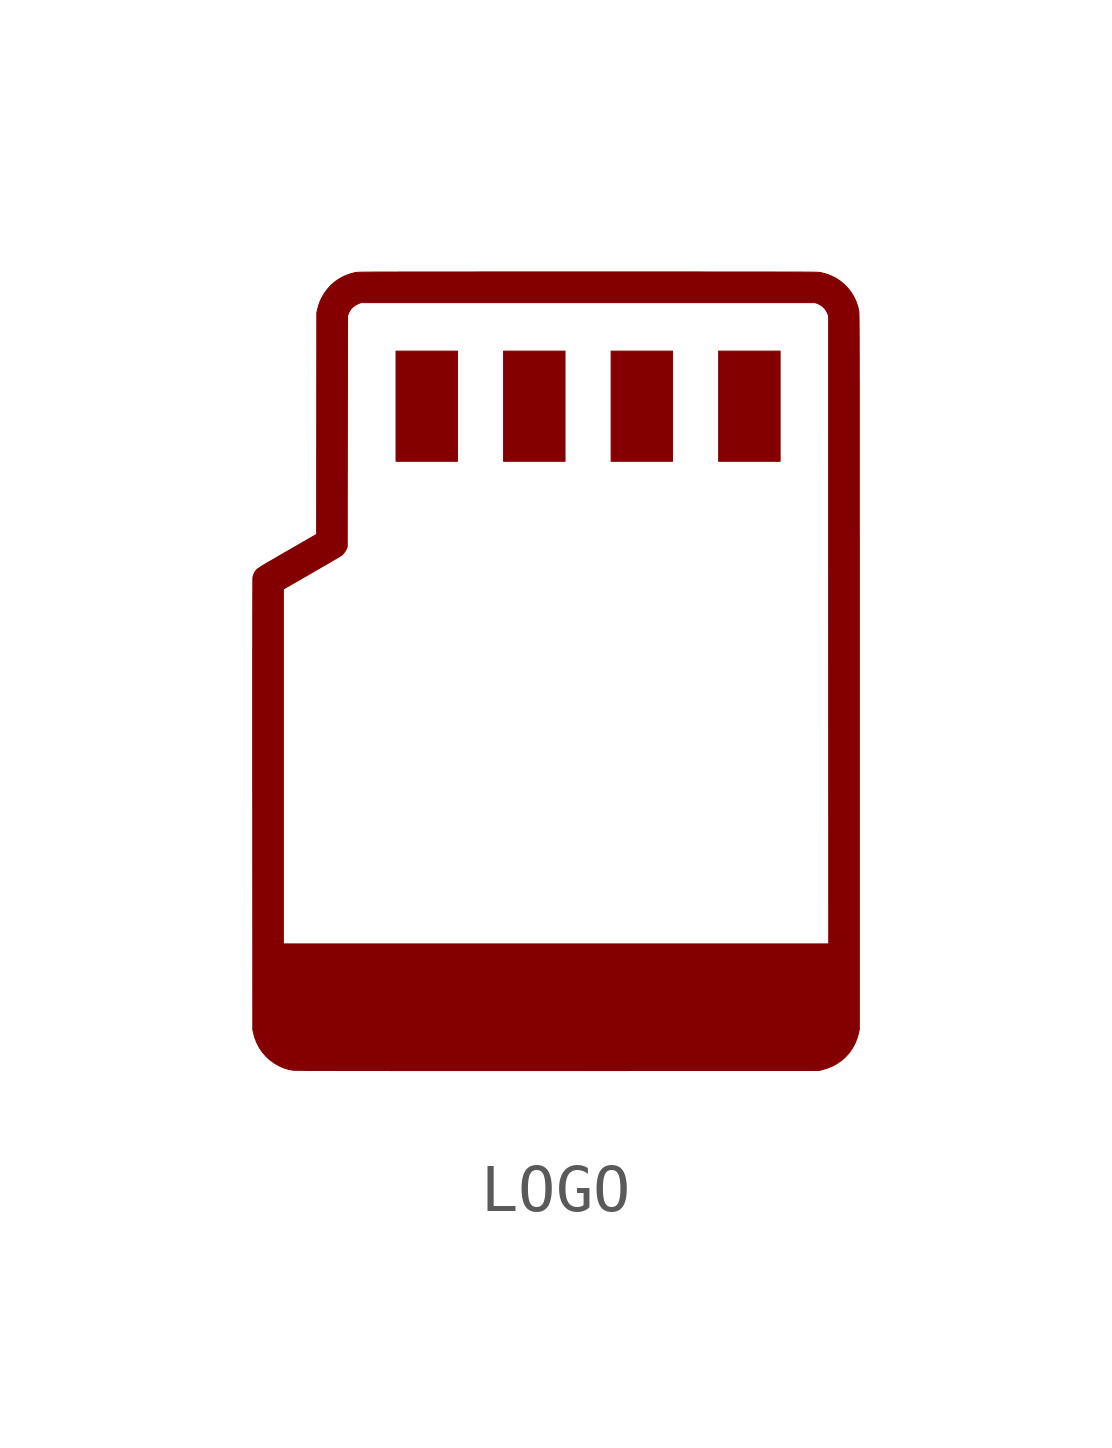
<source format=kicad_sym>
(kicad_symbol_lib
  (version 20220914)
  (generator "bitmap2component")
  (generator_version "8.0")
  (symbol "LOGO"
    (pin_names
      (offset 1.016))
    (property "Reference" "#G"
      (at 0 9.365 0)
      (effects (font (size 1.27 1.27)) hide))
    (symbol "LOGO_0_0"
      (polyline (pts (xy -1.237 -8.318) (xy -0.941 -8.318) (xy -0.633 -8.318) (xy -0.311 -8.318) (xy 0.023 -8.318) (xy 5.477 -8.316) (xy 5.538 -8.302) (xy 5.54 -8.301) (xy 5.654 -8.267) (xy 5.762 -8.223) (xy 5.861 -8.167) (xy 5.953 -8.102) (xy 6.036 -8.027) (xy 6.109 -7.944) (xy 6.173 -7.852) (xy 6.227 -7.752) (xy 6.27 -7.645) (xy 6.302 -7.531) (xy 6.317 -7.463) (xy 6.317 -0.01) (xy 6.317 0.135) (xy 6.317 0.51) (xy 6.317 0.872) (xy 6.317 1.22) (xy 6.317 1.557) (xy 6.317 1.881) (xy 6.317 2.193) (xy 6.317 2.493) (xy 6.317 2.781) (xy 6.316 3.058) (xy 6.316 3.324) (xy 6.316 3.579) (xy 6.316 3.823) (xy 6.316 4.057) (xy 6.316 4.281) (xy 6.316 4.494) (xy 6.316 4.698) (xy 6.316 4.893) (xy 6.316 5.078) (xy 6.316 5.253) (xy 6.316 5.421) (xy 6.316 5.579) (xy 6.316 5.729) (xy 6.316 5.871) (xy 6.316 6.005) (xy 6.315 6.132) (xy 6.315 6.251) (xy 6.315 6.362) (xy 6.315 6.467) (xy 6.315 6.565) (xy 6.314 6.657) (xy 6.314 6.742) (xy 6.314 6.821) (xy 6.314 6.894) (xy 6.314 6.962) (xy 6.313 7.025) (xy 6.313 7.082) (xy 6.313 7.134) (xy 6.312 7.182) (xy 6.312 7.226) (xy 6.312 7.265) (xy 6.311 7.3) (xy 6.311 7.331) (xy 6.311 7.359) (xy 6.31 7.384) (xy 6.31 7.406) (xy 6.309 7.425) (xy 6.309 7.441) (xy 6.309 7.455) (xy 6.308 7.466) (xy 6.308 7.476) (xy 6.307 7.485) (xy 6.306 7.492) (xy 6.306 7.497) (xy 6.305 7.502) (xy 6.305 7.506) (xy 6.304 7.51) (xy 6.286 7.59) (xy 6.25 7.697) (xy 6.203 7.798) (xy 6.145 7.893) (xy 6.078 7.979) (xy 6.001 8.058) (xy 5.916 8.128) (xy 5.823 8.188) (xy 5.723 8.238) (xy 5.617 8.277) (xy 5.505 8.305) (xy 5.502 8.306) (xy 5.497 8.306) (xy 5.49 8.307) (xy 5.483 8.308) (xy 5.473 8.308) (xy 5.462 8.309) (xy 5.448 8.309) (xy 5.432 8.31) (xy 5.413 8.31) (xy 5.39 8.311) (xy 5.364 8.312) (xy 5.335 8.312) (xy 5.301 8.312) (xy 5.263 8.313) (xy 5.22 8.313) (xy 5.173 8.313) (xy 5.12 8.314) (xy 5.061 8.314) (xy 4.997 8.314) (xy 4.927 8.315) (xy 4.851 8.315) (xy 4.767 8.315) (xy 4.677 8.315) (xy 4.58 8.315) (xy 4.475 8.316) (xy 4.362 8.316) (xy 4.241 8.316) (xy 4.112 8.316) (xy 3.974 8.316) (xy 3.827 8.316) (xy 3.671 8.316) (xy 3.505 8.316) (xy 3.329 8.316) (xy 3.143 8.316) (xy 2.947 8.317) (xy 2.74 8.317) (xy 2.522 8.317) (xy 2.293 8.317) (xy 2.052 8.317) (xy 1.799 8.317) (xy 1.534 8.317) (xy 1.257 8.317) (xy 0.967 8.317) (xy 0.663 8.317) (xy 0.489 8.317) (xy 0.194 8.317) (xy -0.089 8.317) (xy -0.359 8.317) (xy -0.617 8.317) (xy -0.862 8.317) (xy -1.096 8.317) (xy -1.319 8.317) (xy -1.53 8.317) (xy -1.731 8.316) (xy -1.921 8.316) (xy -2.1 8.316) (xy -2.27 8.316) (xy -2.43 8.316) (xy -2.581 8.316) (xy -2.722 8.316) (xy -2.855 8.316) (xy -2.979 8.316) (xy -3.095 8.316) (xy -3.204 8.316) (xy -3.304 8.315) (xy -3.397 8.315) (xy -3.483 8.315) (xy -3.562 8.315) (xy -3.635 8.315) (xy -3.702 8.314) (xy -3.763 8.314) (xy -3.818 8.314) (xy -3.867 8.313) (xy -3.912 8.313) (xy -3.952 8.313) (xy -3.987 8.312) (xy -4.019 8.312) (xy -4.046 8.311) (xy -4.07 8.311) (xy -4.091 8.31) (xy -4.109 8.31) (xy -4.123 8.309) (xy -4.136 8.309) (xy -4.146 8.308) (xy -4.155 8.307) (xy -4.162 8.307) (xy -4.168 8.306) (xy -4.172 8.305) (xy -4.176 8.305) (xy -4.189 8.302) (xy -4.303 8.271) (xy -4.411 8.229) (xy -4.511 8.176) (xy -4.604 8.113) (xy -4.689 8.039) (xy -4.764 7.956) (xy -4.83 7.864) (xy -4.887 7.763) (xy -4.92 7.69) (xy -4.947 7.612) (xy -4.969 7.527) (xy -4.983 7.463) (xy -4.985 5.157) (xy -4.987 2.85) (xy -5.019 2.833) (xy -5.027 2.828) (xy -5.048 2.816) (xy -5.077 2.799) (xy -5.112 2.779) (xy -5.152 2.756) (xy -5.193 2.732) (xy -5.21 2.722) (xy -5.247 2.701) (xy -5.293 2.675) (xy -5.347 2.643) (xy -5.407 2.608) (xy -5.473 2.571) (xy -5.543 2.53) (xy -5.616 2.488) (xy -5.69 2.446) (xy -5.763 2.403) (xy -5.795 2.385) (xy -5.877 2.337) (xy -5.948 2.296) (xy -6.01 2.26) (xy -6.062 2.229) (xy -6.107 2.202) (xy -6.144 2.179) (xy -6.175 2.158) (xy -6.2 2.141) (xy -6.221 2.125) (xy -6.237 2.111) (xy -6.25 2.097) (xy -6.261 2.084) (xy -6.269 2.071) (xy -6.277 2.057) (xy -6.285 2.042) (xy -6.295 2.019) (xy -6.306 1.99) (xy -6.313 1.965) (xy -6.313 1.96) (xy -6.314 1.946) (xy -6.314 1.923) (xy -6.315 1.89) (xy -6.315 1.847) (xy -6.316 1.795) (xy -6.316 1.733) (xy -6.316 1.71) (xy -5.68 1.71) (xy -5.592 1.761) (xy -5.592 1.761) (xy -5.557 1.781) (xy -5.515 1.805) (xy -5.468 1.832) (xy -5.421 1.859) (xy -5.377 1.885) (xy -5.352 1.899) (xy -5.232 1.968) (xy -5.123 2.031) (xy -5.024 2.088) (xy -4.935 2.14) (xy -4.856 2.186) (xy -4.785 2.226) (xy -4.724 2.262) (xy -4.67 2.293) (xy -4.624 2.32) (xy -4.585 2.343) (xy -4.552 2.362) (xy -4.526 2.378) (xy -4.505 2.391) (xy -4.489 2.4) (xy -4.478 2.408) (xy -4.471 2.412) (xy -4.447 2.433) (xy -4.415 2.469) (xy -4.387 2.51) (xy -4.365 2.552) (xy -4.35 2.59) (xy -4.347 4.997) (xy -4.343 7.403) (xy -4.328 7.443) (xy -4.311 7.483) (xy -4.273 7.542) (xy -4.226 7.591) (xy -4.17 7.631) (xy -4.107 7.661) (xy -4.063 7.677) (xy 0.667 7.677) (xy 5.397 7.677) (xy 5.44 7.661) (xy 5.481 7.644) (xy 5.539 7.608) (xy 5.59 7.562) (xy 5.631 7.506) (xy 5.662 7.443) (xy 5.677 7.403) (xy 5.678 0.862) (xy 5.68 -5.68) (xy 0 -5.68) (xy -5.68 -5.68) (xy -5.68 -1.985) (xy -5.68 1.71) (xy -6.316 1.71) (xy -6.316 1.66) (xy -6.317 1.578) (xy -6.317 1.485) (xy -6.317 1.381) (xy -6.317 1.267) (xy -6.318 1.142) (xy -6.318 1.006) (xy -6.318 0.859) (xy -6.318 0.701) (xy -6.318 0.532) (xy -6.319 0.351) (xy -6.319 0.158) (xy -6.319 -0.046) (xy -6.319 -0.263) (xy -6.319 -0.491) (xy -6.319 -0.732) (xy -6.319 -0.985) (xy -6.319 -1.25) (xy -6.319 -1.528) (xy -6.319 -1.819) (xy -6.319 -2.123) (xy -6.319 -2.44) (xy -6.318 -2.77) (xy -6.316 -7.47) (xy -6.301 -7.535) (xy -6.276 -7.629) (xy -6.234 -7.737) (xy -6.181 -7.839) (xy -6.118 -7.933) (xy -6.045 -8.018) (xy -5.962 -8.095) (xy -5.87 -8.162) (xy -5.77 -8.219) (xy -5.733 -8.237) (xy -5.653 -8.269) (xy -5.572 -8.293) (xy -5.483 -8.31) (xy -5.481 -8.31) (xy -5.473 -8.311) (xy -5.461 -8.312) (xy -5.444 -8.312) (xy -5.422 -8.312) (xy -5.394 -8.313) (xy -5.361 -8.313) (xy -5.323 -8.314) (xy -5.278 -8.314) (xy -5.227 -8.314) (xy -5.17 -8.315) (xy -5.106 -8.315) (xy -5.035 -8.315) (xy -4.956 -8.316) (xy -4.871 -8.316) (xy -4.778 -8.316) (xy -4.676 -8.316) (xy -4.567 -8.316) (xy -4.449 -8.317) (xy -4.323 -8.317) (xy -4.188 -8.317) (xy -4.044 -8.317) (xy -3.891 -8.317) (xy -3.728 -8.317) (xy -3.555 -8.317) (xy -3.372 -8.318) (xy -3.179 -8.318) (xy -2.976 -8.318) (xy -2.761 -8.318) (xy -2.536 -8.318) (xy -2.3 -8.318) (xy -2.052 -8.318) (xy -1.792 -8.318) (xy -1.521 -8.318) (xy -1.237 -8.318)) (stroke (width 0.01) (type default)) (fill (type outline)))
      (polyline (pts (xy -2.053 5.52) (xy -2.053 6.667) (xy -2.693 6.667) (xy -3.333 6.667) (xy -3.333 5.52) (xy -3.333 4.373) (xy -2.693 4.373) (xy -2.053 4.373) (xy -2.053 5.52)) (stroke (width 0.01) (type default)) (fill (type outline)))
      (polyline (pts (xy 0.187 5.52) (xy 0.187 6.667) (xy -0.453 6.667) (xy -1.093 6.667) (xy -1.093 5.52) (xy -1.093 4.373) (xy -0.453 4.373) (xy 0.187 4.373) (xy 0.187 5.52)) (stroke (width 0.01) (type default)) (fill (type outline)))
      (polyline (pts (xy 2.427 5.52) (xy 2.427 6.667) (xy 1.787 6.667) (xy 1.147 6.667) (xy 1.147 5.52) (xy 1.147 4.373) (xy 1.787 4.373) (xy 2.427 4.373) (xy 2.427 5.52)) (stroke (width 0.01) (type default)) (fill (type outline)))
      (polyline (pts (xy 4.667 5.52) (xy 4.667 6.667) (xy 4.027 6.667) (xy 3.387 6.667) (xy 3.387 5.52) (xy 3.387 4.373) (xy 4.027 4.373) (xy 4.667 4.373) (xy 4.667 5.52)) (stroke (width 0.01) (type default)) (fill (type outline))))))
</source>
